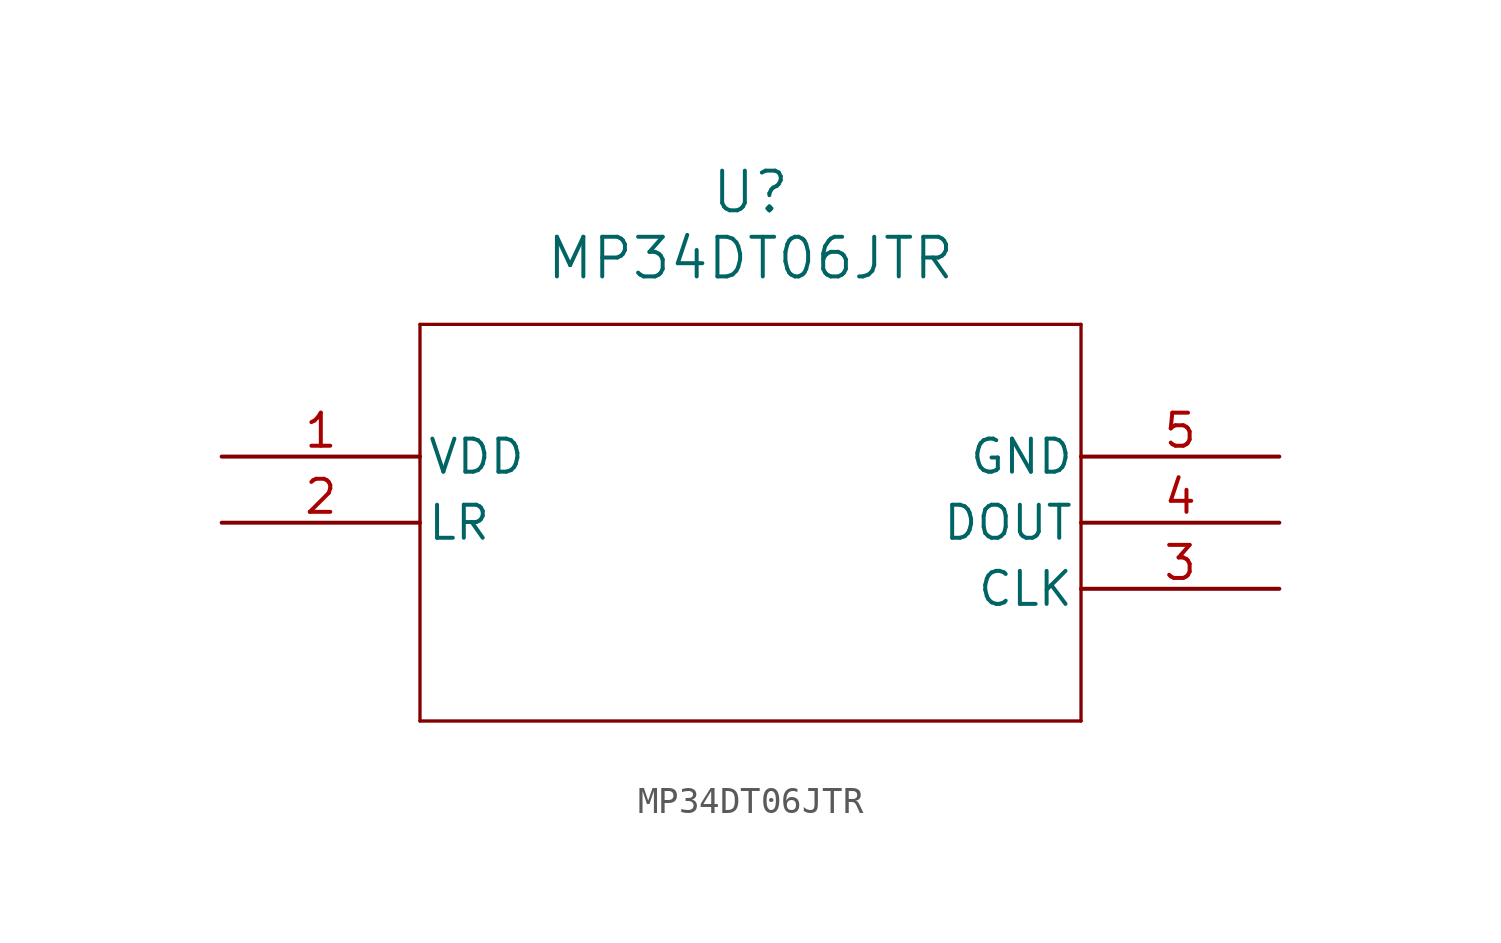
<source format=kicad_sym>
(kicad_symbol_lib
  (version 20211014)
  (generator kicad_symbol_editor)
  (symbol "MP34DT06JTR"
    (pin_names
      (offset 0.254))
    (property "Reference" "U"
      (at 20.32 10.16 0)
      (effects (font (size 1.524 1.524))))
    (property "Value" "MP34DT06JTR"
      (at 20.32 7.62 0)
      (effects (font (size 1.524 1.524))))
    (symbol "MP34DT06JTR_0_1"
      (polyline (pts (xy 7.62 5.08) (xy 7.62 -10.16)) (stroke (width 0.127) (type default) (color 0 0 0 0)) (fill (type none)))
      (polyline (pts (xy 7.62 -10.16) (xy 33.02 -10.16)) (stroke (width 0.127) (type default) (color 0 0 0 0)) (fill (type none)))
      (polyline (pts (xy 33.02 -10.16) (xy 33.02 5.08)) (stroke (width 0.127) (type default) (color 0 0 0 0)) (fill (type none)))
      (polyline (pts (xy 33.02 5.08) (xy 7.62 5.08)) (stroke (width 0.127) (type default) (color 0 0 0 0)) (fill (type none)))
      (pin power_in line (at 0 0 0) (length 7.62) (name "VDD" (effects (font (size 1.27 1.27)))) (number "1" (effects (font (size 1.27 1.27)))))
      (pin input line (at 0 -2.54 0) (length 7.62) (name "LR" (effects (font (size 1.27 1.27)))) (number "2" (effects (font (size 1.27 1.27)))))
      (pin input line (at 40.64 -5.08 180) (length 7.62) (name "CLK" (effects (font (size 1.27 1.27)))) (number "3" (effects (font (size 1.27 1.27)))))
      (pin output line (at 40.64 -2.54 180) (length 7.62) (name "DOUT" (effects (font (size 1.27 1.27)))) (number "4" (effects (font (size 1.27 1.27)))))
      (pin power_out line (at 40.64 0 180) (length 7.62) (name "GND" (effects (font (size 1.27 1.27)))) (number "5" (effects (font (size 1.27 1.27))))))))
</source>
